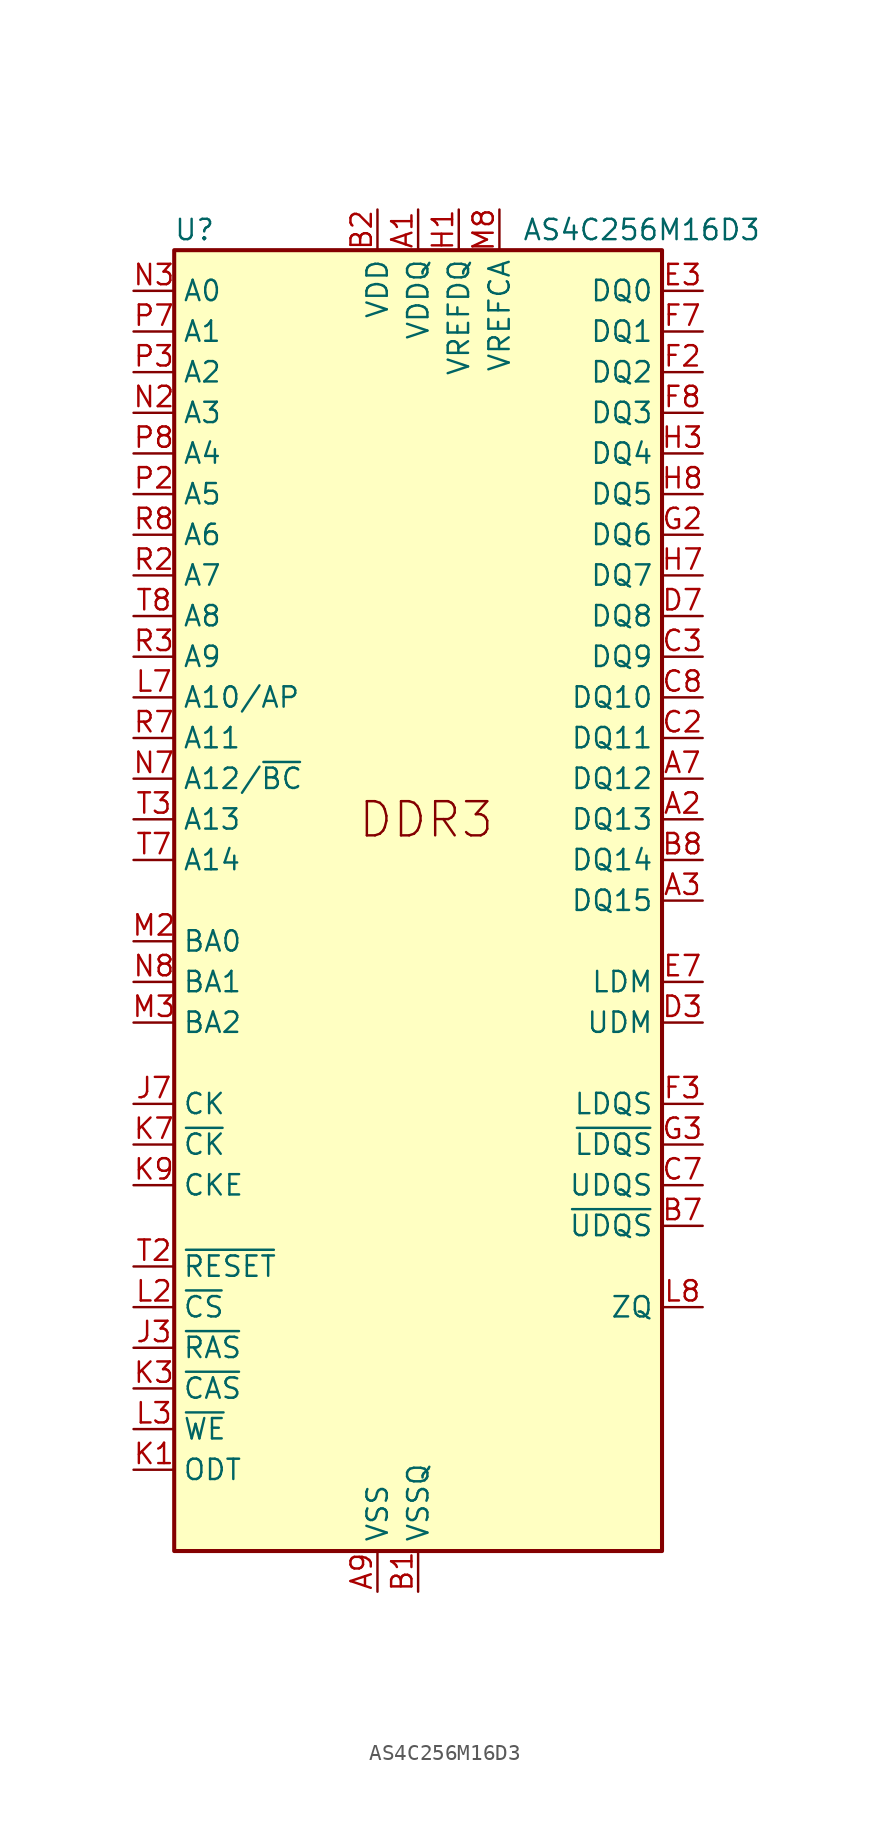
<source format=kicad_sym>
(kicad_symbol_lib
  (version 20220914)
  (generator kicad_symbol_editor)
  (symbol "AS4C256M16D3"
    (property "Reference" "U"
      (at -13.97 41.91 0)
      (effects (font (size 1.27 1.27))))
    (property "Value" "AS4C256M16D3"
      (at 13.97 41.91 0)
      (effects (font (size 1.27 1.27))))
    (symbol "AS4C256M16D3_0_1"
      (rectangle (start -15.24 -40.64) (end 15.24 40.64) (stroke (width 0.254) (type solid)) (fill (type background)))
      (pin power_in line (at 0 43.18 270) (length 2.54) (name "VDDQ" (effects (font (size 1.27 1.27)))) (number "A1" (effects (font (size 1.27 1.27)))))
      (pin passive line (at 0 43.18 270) (length 2.54) hide (name "VDDQ" (effects (font (size 1.27 1.27)))) (number "A8" (effects (font (size 1.27 1.27)))))
      (pin power_in line (at -2.54 -43.18 90) (length 2.54) (name "VSS" (effects (font (size 1.27 1.27)))) (number "A9" (effects (font (size 1.27 1.27)))))
      (pin power_in line (at 0 -43.18 90) (length 2.54) (name "VSSQ" (effects (font (size 1.27 1.27)))) (number "B1" (effects (font (size 1.27 1.27)))))
      (pin power_in line (at -2.54 43.18 270) (length 2.54) (name "VDD" (effects (font (size 1.27 1.27)))) (number "B2" (effects (font (size 1.27 1.27)))))
      (pin passive line (at -2.54 -43.18 90) (length 2.54) hide (name "VSS" (effects (font (size 1.27 1.27)))) (number "B3" (effects (font (size 1.27 1.27)))))
      (pin passive line (at 0 -43.18 90) (length 2.54) hide (name "VSSQ" (effects (font (size 1.27 1.27)))) (number "B9" (effects (font (size 1.27 1.27)))))
      (pin passive line (at 0 43.18 270) (length 2.54) hide (name "VDDQ" (effects (font (size 1.27 1.27)))) (number "C1" (effects (font (size 1.27 1.27)))))
      (pin passive line (at 0 43.18 270) (length 2.54) hide (name "VDDQ" (effects (font (size 1.27 1.27)))) (number "C9" (effects (font (size 1.27 1.27)))))
      (pin passive line (at 0 -43.18 90) (length 2.54) hide (name "VSSQ" (effects (font (size 1.27 1.27)))) (number "D1" (effects (font (size 1.27 1.27)))))
      (pin passive line (at 0 43.18 270) (length 2.54) hide (name "VDDQ" (effects (font (size 1.27 1.27)))) (number "D2" (effects (font (size 1.27 1.27)))))
      (pin passive line (at 0 -43.18 90) (length 2.54) hide (name "VSSQ" (effects (font (size 1.27 1.27)))) (number "D8" (effects (font (size 1.27 1.27)))))
      (pin passive line (at -2.54 43.18 270) (length 2.54) hide (name "VDD" (effects (font (size 1.27 1.27)))) (number "D9" (effects (font (size 1.27 1.27)))))
      (pin passive line (at -2.54 -43.18 90) (length 2.54) hide (name "VSS" (effects (font (size 1.27 1.27)))) (number "E1" (effects (font (size 1.27 1.27)))))
      (pin passive line (at 0 -43.18 90) (length 2.54) hide (name "VSSQ" (effects (font (size 1.27 1.27)))) (number "E2" (effects (font (size 1.27 1.27)))))
      (pin bidirectional line (at 17.78 38.1 180) (length 2.54) (name "DQ0" (effects (font (size 1.27 1.27)))) (number "E3" (effects (font (size 1.27 1.27)))))
      (pin passive line (at 0 -43.18 90) (length 2.54) hide (name "VSSQ" (effects (font (size 1.27 1.27)))) (number "E8" (effects (font (size 1.27 1.27)))))
      (pin passive line (at 0 43.18 270) (length 2.54) hide (name "VDDQ" (effects (font (size 1.27 1.27)))) (number "E9" (effects (font (size 1.27 1.27)))))
      (pin passive line (at 0 43.18 270) (length 2.54) hide (name "VDDQ" (effects (font (size 1.27 1.27)))) (number "F1" (effects (font (size 1.27 1.27)))))
      (pin bidirectional line (at 17.78 33.02 180) (length 2.54) (name "DQ2" (effects (font (size 1.27 1.27)))) (number "F2" (effects (font (size 1.27 1.27)))))
      (pin bidirectional line (at 17.78 35.56 180) (length 2.54) (name "DQ1" (effects (font (size 1.27 1.27)))) (number "F7" (effects (font (size 1.27 1.27)))))
      (pin bidirectional line (at 17.78 30.48 180) (length 2.54) (name "DQ3" (effects (font (size 1.27 1.27)))) (number "F8" (effects (font (size 1.27 1.27)))))
      (pin passive line (at 0 -43.18 90) (length 2.54) hide (name "VSSQ" (effects (font (size 1.27 1.27)))) (number "F9" (effects (font (size 1.27 1.27)))))
      (pin passive line (at 0 -43.18 90) (length 2.54) hide (name "VSSQ" (effects (font (size 1.27 1.27)))) (number "G1" (effects (font (size 1.27 1.27)))))
      (pin bidirectional line (at 17.78 22.86 180) (length 2.54) (name "DQ6" (effects (font (size 1.27 1.27)))) (number "G2" (effects (font (size 1.27 1.27)))))
      (pin passive line (at -2.54 43.18 270) (length 2.54) hide (name "VDD" (effects (font (size 1.27 1.27)))) (number "G7" (effects (font (size 1.27 1.27)))))
      (pin passive line (at -2.54 -43.18 90) (length 2.54) hide (name "VSS" (effects (font (size 1.27 1.27)))) (number "G8" (effects (font (size 1.27 1.27)))))
      (pin passive line (at 0 -43.18 90) (length 2.54) hide (name "VSSQ" (effects (font (size 1.27 1.27)))) (number "G9" (effects (font (size 1.27 1.27)))))
      (pin power_in line (at 2.54 43.18 270) (length 2.54) (name "VREFDQ" (effects (font (size 1.27 1.27)))) (number "H1" (effects (font (size 1.27 1.27)))))
      (pin passive line (at 0 43.18 270) (length 2.54) hide (name "VDDQ" (effects (font (size 1.27 1.27)))) (number "H2" (effects (font (size 1.27 1.27)))))
      (pin bidirectional line (at 17.78 27.94 180) (length 2.54) (name "DQ4" (effects (font (size 1.27 1.27)))) (number "H3" (effects (font (size 1.27 1.27)))))
      (pin bidirectional line (at 17.78 20.32 180) (length 2.54) (name "DQ7" (effects (font (size 1.27 1.27)))) (number "H7" (effects (font (size 1.27 1.27)))))
      (pin bidirectional line (at 17.78 25.4 180) (length 2.54) (name "DQ5" (effects (font (size 1.27 1.27)))) (number "H8" (effects (font (size 1.27 1.27)))))
      (pin passive line (at 0 43.18 270) (length 2.54) hide (name "VDDQ" (effects (font (size 1.27 1.27)))) (number "H9" (effects (font (size 1.27 1.27)))))
      (pin passive line (at -2.54 -43.18 90) (length 2.54) hide (name "VSS" (effects (font (size 1.27 1.27)))) (number "J2" (effects (font (size 1.27 1.27)))))
      (pin passive line (at -2.54 -43.18 90) (length 2.54) hide (name "VSS" (effects (font (size 1.27 1.27)))) (number "J8" (effects (font (size 1.27 1.27)))))
      (pin passive line (at -2.54 43.18 270) (length 2.54) hide (name "VDD" (effects (font (size 1.27 1.27)))) (number "K2" (effects (font (size 1.27 1.27)))))
      (pin passive line (at -2.54 43.18 270) (length 2.54) hide (name "VDD" (effects (font (size 1.27 1.27)))) (number "K8" (effects (font (size 1.27 1.27)))))
      (pin input line (at -17.78 -25.4 0) (length 2.54) (name "~{CS}" (effects (font (size 1.27 1.27)))) (number "L2" (effects (font (size 1.27 1.27)))))
      (pin input line (at -17.78 12.7 0) (length 2.54) (name "A10/AP" (effects (font (size 1.27 1.27)))) (number "L7" (effects (font (size 1.27 1.27)))))
      (pin passive line (at -2.54 -43.18 90) (length 2.54) hide (name "VSS" (effects (font (size 1.27 1.27)))) (number "M1" (effects (font (size 1.27 1.27)))))
      (pin passive line (at -2.54 -43.18 90) (length 2.54) hide (name "VSS" (effects (font (size 1.27 1.27)))) (number "M9" (effects (font (size 1.27 1.27)))))
      (pin passive line (at -2.54 43.18 270) (length 2.54) hide (name "VDD" (effects (font (size 1.27 1.27)))) (number "N1" (effects (font (size 1.27 1.27)))))
      (pin input line (at -17.78 30.48 0) (length 2.54) (name "A3" (effects (font (size 1.27 1.27)))) (number "N2" (effects (font (size 1.27 1.27)))))
      (pin input line (at -17.78 38.1 0) (length 2.54) (name "A0" (effects (font (size 1.27 1.27)))) (number "N3" (effects (font (size 1.27 1.27)))))
      (pin input line (at -17.78 7.62 0) (length 2.54) (name "A12/~{BC}" (effects (font (size 1.27 1.27)))) (number "N7" (effects (font (size 1.27 1.27)))))
      (pin passive line (at -2.54 43.18 270) (length 2.54) hide (name "VDD" (effects (font (size 1.27 1.27)))) (number "N9" (effects (font (size 1.27 1.27)))))
      (pin passive line (at -2.54 -43.18 90) (length 2.54) hide (name "VSS" (effects (font (size 1.27 1.27)))) (number "P1" (effects (font (size 1.27 1.27)))))
      (pin input line (at -17.78 25.4 0) (length 2.54) (name "A5" (effects (font (size 1.27 1.27)))) (number "P2" (effects (font (size 1.27 1.27)))))
      (pin input line (at -17.78 33.02 0) (length 2.54) (name "A2" (effects (font (size 1.27 1.27)))) (number "P3" (effects (font (size 1.27 1.27)))))
      (pin input line (at -17.78 35.56 0) (length 2.54) (name "A1" (effects (font (size 1.27 1.27)))) (number "P7" (effects (font (size 1.27 1.27)))))
      (pin input line (at -17.78 27.94 0) (length 2.54) (name "A4" (effects (font (size 1.27 1.27)))) (number "P8" (effects (font (size 1.27 1.27)))))
      (pin passive line (at -2.54 -43.18 90) (length 2.54) hide (name "VSS" (effects (font (size 1.27 1.27)))) (number "P9" (effects (font (size 1.27 1.27)))))
      (pin passive line (at -2.54 43.18 270) (length 2.54) hide (name "VDD" (effects (font (size 1.27 1.27)))) (number "R1" (effects (font (size 1.27 1.27)))))
      (pin input line (at -17.78 20.32 0) (length 2.54) (name "A7" (effects (font (size 1.27 1.27)))) (number "R2" (effects (font (size 1.27 1.27)))))
      (pin input line (at -17.78 15.24 0) (length 2.54) (name "A9" (effects (font (size 1.27 1.27)))) (number "R3" (effects (font (size 1.27 1.27)))))
      (pin input line (at -17.78 10.16 0) (length 2.54) (name "A11" (effects (font (size 1.27 1.27)))) (number "R7" (effects (font (size 1.27 1.27)))))
      (pin input line (at -17.78 22.86 0) (length 2.54) (name "A6" (effects (font (size 1.27 1.27)))) (number "R8" (effects (font (size 1.27 1.27)))))
      (pin passive line (at -2.54 43.18 270) (length 2.54) hide (name "VDD" (effects (font (size 1.27 1.27)))) (number "R9" (effects (font (size 1.27 1.27)))))
      (pin passive line (at -2.54 -43.18 90) (length 2.54) hide (name "VSS" (effects (font (size 1.27 1.27)))) (number "T1" (effects (font (size 1.27 1.27)))))
      (pin input line (at -17.78 -22.86 0) (length 2.54) (name "~{RESET}" (effects (font (size 1.27 1.27)))) (number "T2" (effects (font (size 1.27 1.27)))))
      (pin input line (at -17.78 5.08 0) (length 2.54) (name "A13" (effects (font (size 1.27 1.27)))) (number "T3" (effects (font (size 1.27 1.27)))))
      (pin input line (at -17.78 2.54 0) (length 2.54) (name "A14" (effects (font (size 1.27 1.27)))) (number "T7" (effects (font (size 1.27 1.27)))))
      (pin input line (at -17.78 17.78 0) (length 2.54) (name "A8" (effects (font (size 1.27 1.27)))) (number "T8" (effects (font (size 1.27 1.27)))))
      (pin passive line (at -2.54 -43.18 90) (length 2.54) hide (name "VSS" (effects (font (size 1.27 1.27)))) (number "T9" (effects (font (size 1.27 1.27))))))
    (symbol "AS4C256M16D3_1_1"
      (text "DDR3" (at -3.81 3.81 0) (effects (font (size 2.134 2.134)) (justify left bottom)))
      (pin bidirectional line (at 17.78 5.08 180) (length 2.54) (name "DQ13" (effects (font (size 1.27 1.27)))) (number "A2" (effects (font (size 1.27 1.27)))))
      (pin bidirectional line (at 17.78 0 180) (length 2.54) (name "DQ15" (effects (font (size 1.27 1.27)))) (number "A3" (effects (font (size 1.27 1.27)))))
      (pin bidirectional line (at 17.78 7.62 180) (length 2.54) (name "DQ12" (effects (font (size 1.27 1.27)))) (number "A7" (effects (font (size 1.27 1.27)))))
      (pin bidirectional line (at 17.78 -20.32 180) (length 2.54) (name "~{UDQS}" (effects (font (size 1.27 1.27)))) (number "B7" (effects (font (size 1.27 1.27)))))
      (pin bidirectional line (at 17.78 2.54 180) (length 2.54) (name "DQ14" (effects (font (size 1.27 1.27)))) (number "B8" (effects (font (size 1.27 1.27)))))
      (pin bidirectional line (at 17.78 10.16 180) (length 2.54) (name "DQ11" (effects (font (size 1.27 1.27)))) (number "C2" (effects (font (size 1.27 1.27)))))
      (pin bidirectional line (at 17.78 15.24 180) (length 2.54) (name "DQ9" (effects (font (size 1.27 1.27)))) (number "C3" (effects (font (size 1.27 1.27)))))
      (pin bidirectional line (at 17.78 -17.78 180) (length 2.54) (name "UDQS" (effects (font (size 1.27 1.27)))) (number "C7" (effects (font (size 1.27 1.27)))))
      (pin bidirectional line (at 17.78 12.7 180) (length 2.54) (name "DQ10" (effects (font (size 1.27 1.27)))) (number "C8" (effects (font (size 1.27 1.27)))))
      (pin input line (at 17.78 -7.62 180) (length 2.54) (name "UDM" (effects (font (size 1.27 1.27)))) (number "D3" (effects (font (size 1.27 1.27)))))
      (pin bidirectional line (at 17.78 17.78 180) (length 2.54) (name "DQ8" (effects (font (size 1.27 1.27)))) (number "D7" (effects (font (size 1.27 1.27)))))
      (pin input line (at 17.78 -5.08 180) (length 2.54) (name "LDM" (effects (font (size 1.27 1.27)))) (number "E7" (effects (font (size 1.27 1.27)))))
      (pin bidirectional line (at 17.78 -12.7 180) (length 2.54) (name "LDQS" (effects (font (size 1.27 1.27)))) (number "F3" (effects (font (size 1.27 1.27)))))
      (pin bidirectional line (at 17.78 -15.24 180) (length 2.54) (name "~{LDQS}" (effects (font (size 1.27 1.27)))) (number "G3" (effects (font (size 1.27 1.27)))))
      (pin no_connect line (at 15.24 -27.94 180) (length 2.54) hide (name "NC" (effects (font (size 1.27 1.27)))) (number "J1" (effects (font (size 1.27 1.27)))))
      (pin input line (at -17.78 -27.94 0) (length 2.54) (name "~{RAS}" (effects (font (size 1.27 1.27)))) (number "J3" (effects (font (size 1.27 1.27)))))
      (pin input line (at -17.78 -12.7 0) (length 2.54) (name "CK" (effects (font (size 1.27 1.27)))) (number "J7" (effects (font (size 1.27 1.27)))))
      (pin no_connect line (at 15.24 -30.48 180) (length 2.54) hide (name "NC" (effects (font (size 1.27 1.27)))) (number "J9" (effects (font (size 1.27 1.27)))))
      (pin input line (at -17.78 -35.56 0) (length 2.54) (name "ODT" (effects (font (size 1.27 1.27)))) (number "K1" (effects (font (size 1.27 1.27)))))
      (pin input line (at -17.78 -30.48 0) (length 2.54) (name "~{CAS}" (effects (font (size 1.27 1.27)))) (number "K3" (effects (font (size 1.27 1.27)))))
      (pin input line (at -17.78 -15.24 0) (length 2.54) (name "~{CK}" (effects (font (size 1.27 1.27)))) (number "K7" (effects (font (size 1.27 1.27)))))
      (pin input line (at -17.78 -17.78 0) (length 2.54) (name "CKE" (effects (font (size 1.27 1.27)))) (number "K9" (effects (font (size 1.27 1.27)))))
      (pin no_connect line (at 15.24 -33.02 180) (length 2.54) hide (name "NC" (effects (font (size 1.27 1.27)))) (number "L1" (effects (font (size 1.27 1.27)))))
      (pin input line (at -17.78 -33.02 0) (length 2.54) (name "~{WE}" (effects (font (size 1.27 1.27)))) (number "L3" (effects (font (size 1.27 1.27)))))
      (pin input line (at 17.78 -25.4 180) (length 2.54) (name "ZQ" (effects (font (size 1.27 1.27)))) (number "L8" (effects (font (size 1.27 1.27)))))
      (pin no_connect line (at 15.24 -35.56 180) (length 2.54) hide (name "NC" (effects (font (size 1.27 1.27)))) (number "L9" (effects (font (size 1.27 1.27)))))
      (pin input line (at -17.78 -2.54 0) (length 2.54) (name "BA0" (effects (font (size 1.27 1.27)))) (number "M2" (effects (font (size 1.27 1.27)))))
      (pin input line (at -17.78 -7.62 0) (length 2.54) (name "BA2" (effects (font (size 1.27 1.27)))) (number "M3" (effects (font (size 1.27 1.27)))))
      (pin no_connect line (at 15.24 -38.1 180) (length 2.54) hide (name "NC" (effects (font (size 1.27 1.27)))) (number "M7" (effects (font (size 1.27 1.27)))))
      (pin power_in line (at 5.08 43.18 270) (length 2.54) (name "VREFCA" (effects (font (size 1.27 1.27)))) (number "M8" (effects (font (size 1.27 1.27)))))
      (pin input line (at -17.78 -5.08 0) (length 2.54) (name "BA1" (effects (font (size 1.27 1.27)))) (number "N8" (effects (font (size 1.27 1.27))))))))
</source>
